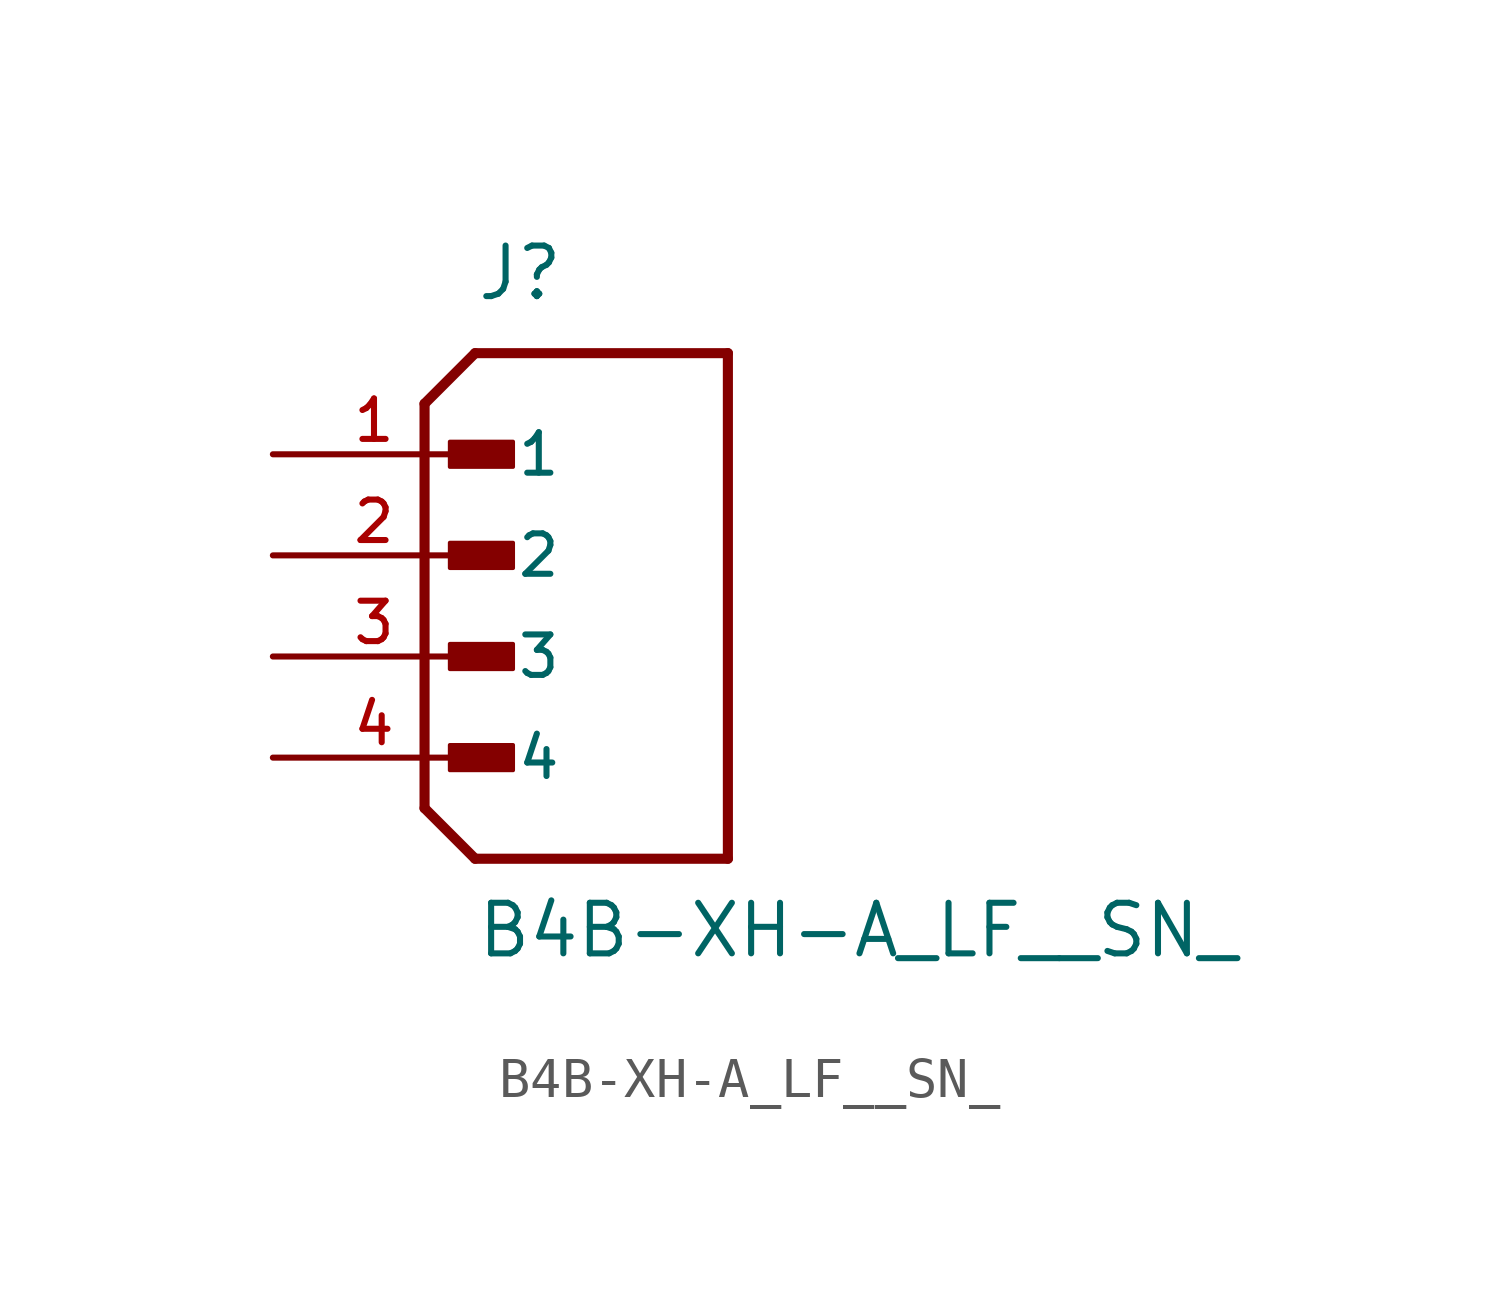
<source format=kicad_sym>
(kicad_symbol_lib
  (version 20211014)
  (generator kicad_symbol_editor)
  (symbol "B4B-XH-A_LF__SN_"
    (pin_names
      (offset 1.016))
    (property "Reference" "J"
      (at -2.54 6.35 0)
      (effects (font (size 1.27 1.27)) (justify bottom left)))
    (property "Value" "B4B-XH-A_LF__SN_"
      (at -2.54 -10.16 0)
      (effects (font (size 1.27 1.27)) (justify bottom left)))
    (symbol "B4B-XH-A_LF__SN__0_0"
      (polyline (pts (xy -3.81 3.81) (xy -2.54 5.08)) (stroke (width 0.254)))
      (polyline (pts (xy -3.81 3.81) (xy -3.81 -6.35)) (stroke (width 0.254)))
      (polyline (pts (xy -3.81 -6.35) (xy -2.54 -7.62)) (stroke (width 0.254)))
      (polyline (pts (xy -2.54 -7.62) (xy 3.81 -7.62)) (stroke (width 0.254)))
      (polyline (pts (xy 3.81 -7.62) (xy 3.81 5.08)) (stroke (width 0.254)))
      (polyline (pts (xy 3.81 5.08) (xy -2.54 5.08)) (stroke (width 0.254)))
      (rectangle (start -3.175 2.223) (end -1.587 2.857) (stroke (width 0.1)) (fill (type outline)))
      (rectangle (start -3.175 -0.318) (end -1.587 0.318) (stroke (width 0.1)) (fill (type outline)))
      (rectangle (start -3.175 -2.857) (end -1.587 -2.223) (stroke (width 0.1)) (fill (type outline)))
      (rectangle (start -3.175 -5.397) (end -1.587 -4.763) (stroke (width 0.1)) (fill (type outline)))
      (pin passive line (at -7.62 2.54 0) (length 5.08) (name "1" (effects (font (size 1.016 1.016)))) (number "1" (effects (font (size 1.016 1.016)))))
      (pin passive line (at -7.62 0.0 0) (length 5.08) (name "2" (effects (font (size 1.016 1.016)))) (number "2" (effects (font (size 1.016 1.016)))))
      (pin passive line (at -7.62 -2.54 0) (length 5.08) (name "3" (effects (font (size 1.016 1.016)))) (number "3" (effects (font (size 1.016 1.016)))))
      (pin passive line (at -7.62 -5.08 0) (length 5.08) (name "4" (effects (font (size 1.016 1.016)))) (number "4" (effects (font (size 1.016 1.016))))))))
</source>
